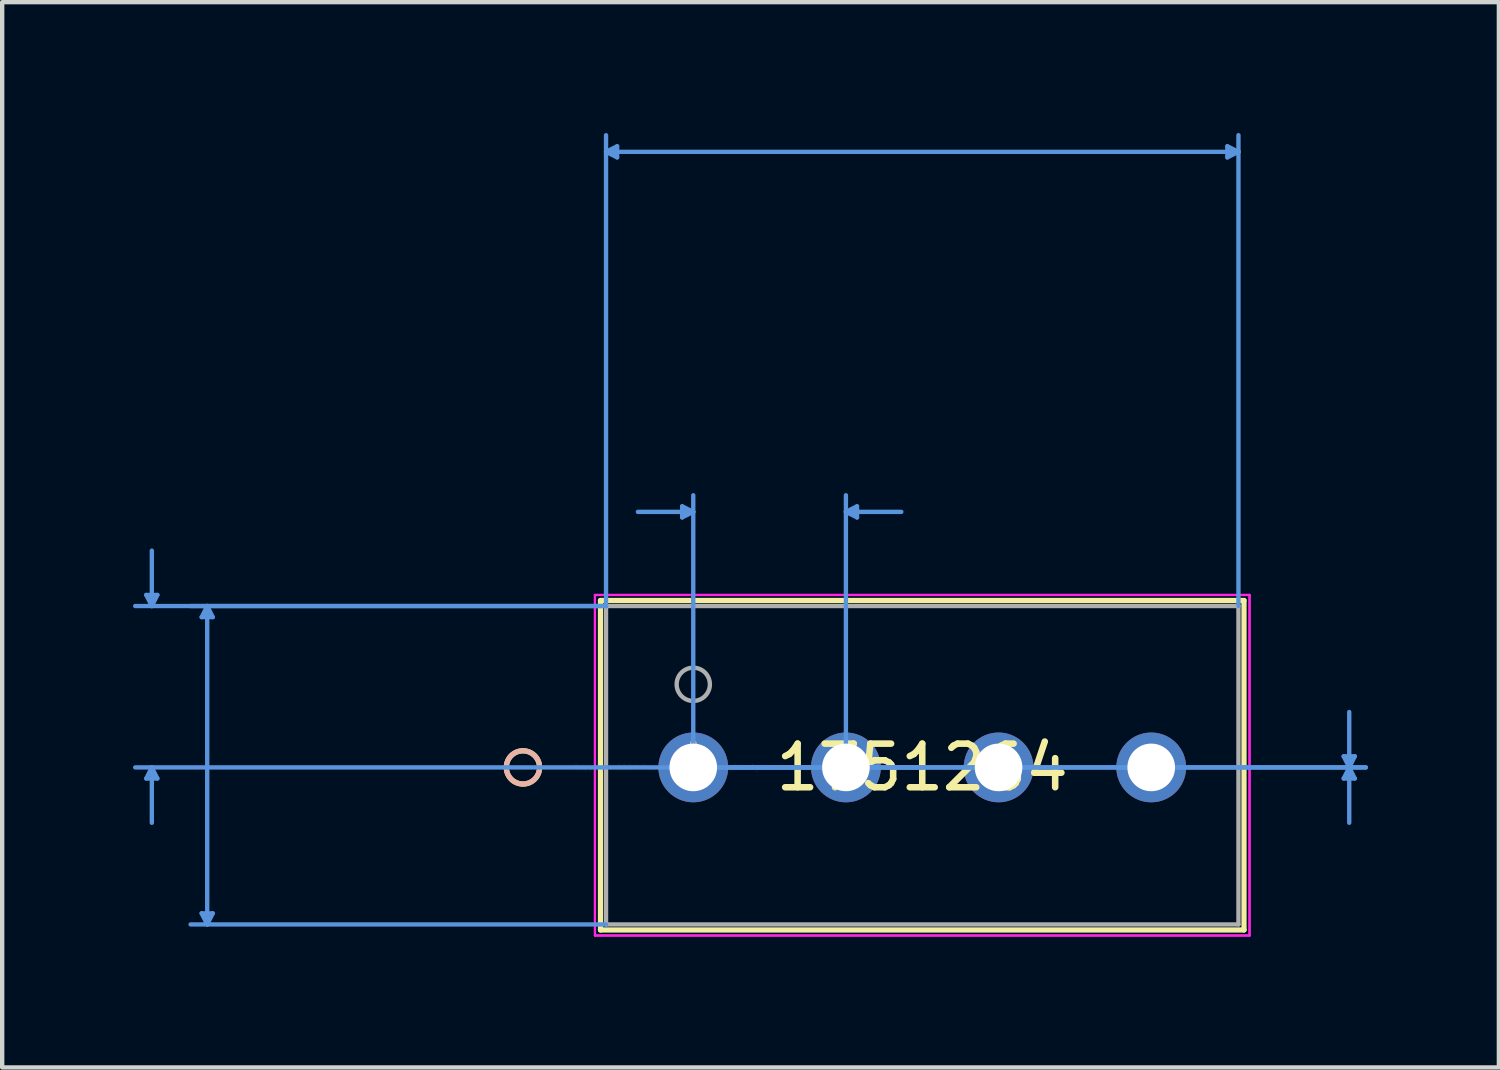
<source format=kicad_pcb>
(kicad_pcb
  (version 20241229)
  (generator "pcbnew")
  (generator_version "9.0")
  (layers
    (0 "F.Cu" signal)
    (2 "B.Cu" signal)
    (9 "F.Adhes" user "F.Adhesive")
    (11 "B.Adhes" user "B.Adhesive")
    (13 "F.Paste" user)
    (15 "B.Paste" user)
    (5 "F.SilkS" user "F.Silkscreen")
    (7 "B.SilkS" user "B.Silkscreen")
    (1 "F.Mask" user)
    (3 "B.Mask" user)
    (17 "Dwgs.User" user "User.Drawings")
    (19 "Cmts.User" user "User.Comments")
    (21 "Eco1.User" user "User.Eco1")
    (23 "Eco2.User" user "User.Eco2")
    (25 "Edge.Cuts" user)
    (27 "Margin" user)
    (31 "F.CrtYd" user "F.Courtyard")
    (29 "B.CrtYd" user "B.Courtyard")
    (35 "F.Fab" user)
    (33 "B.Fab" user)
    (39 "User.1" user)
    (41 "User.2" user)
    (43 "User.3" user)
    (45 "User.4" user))
  (footprint "1751264"
    (layer "F.Cu")
    (at 12.845 14.545)
    (property "Reference" "1751264" (at 5.25 0 0) (layer "F.SilkS") (effects (font (size 1 1) (thickness 0.15))))
    (attr through_hole)
    (fp_line (start -2.127 -3.827) (end -2.127 3.727) (stroke (width 0.12) (type solid)) (layer "F.SilkS"))
    (fp_line (start -2.127 3.727) (end 12.627 3.727) (stroke (width 0.12) (type solid)) (layer "F.SilkS"))
    (fp_line (start 12.627 -3.827) (end -2.127 -3.827) (stroke (width 0.12) (type solid)) (layer "F.SilkS"))
    (fp_line (start 12.627 3.727) (end 12.627 -3.827) (stroke (width 0.12) (type solid)) (layer "F.SilkS"))
    (fp_circle (center -3.905 0) (end -3.524 0) (stroke (width 0.12) (type solid)) (fill no) (layer "F.SilkS"))
    (fp_circle (center -3.905 0) (end -3.524 0) (stroke (width 0.12) (type solid)) (fill no) (layer "B.SilkS"))
    (fp_line (start -12.541 -3.954) (end -12.287 -3.954) (stroke (width 0.1) (type solid)) (layer "Cmts.User"))
    (fp_line (start -12.541 0.254) (end -12.287 0.254) (stroke (width 0.1) (type solid)) (layer "Cmts.User"))
    (fp_line (start -12.414 -3.7) (end -12.541 -3.954) (stroke (width 0.1) (type solid)) (layer "Cmts.User"))
    (fp_line (start -12.414 -3.7) (end -12.414 -4.97) (stroke (width 0.1) (type solid)) (layer "Cmts.User"))
    (fp_line (start -12.414 -3.7) (end -12.287 -3.954) (stroke (width 0.1) (type solid)) (layer "Cmts.User"))
    (fp_line (start -12.414 0) (end -12.541 0.254) (stroke (width 0.1) (type solid)) (layer "Cmts.User"))
    (fp_line (start -12.414 0) (end -12.414 1.27) (stroke (width 0.1) (type solid)) (layer "Cmts.User"))
    (fp_line (start -12.414 0) (end -12.287 0.254) (stroke (width 0.1) (type solid)) (layer "Cmts.User"))
    (fp_line (start -11.271 -3.446) (end -11.017 -3.446) (stroke (width 0.1) (type solid)) (layer "Cmts.User"))
    (fp_line (start -11.271 3.346) (end -11.017 3.346) (stroke (width 0.1) (type solid)) (layer "Cmts.User"))
    (fp_line (start -11.144 -3.7) (end -11.271 -3.446) (stroke (width 0.1) (type solid)) (layer "Cmts.User"))
    (fp_line (start -11.144 -3.7) (end -11.144 3.6) (stroke (width 0.1) (type solid)) (layer "Cmts.User"))
    (fp_line (start -11.144 -3.7) (end -11.017 -3.446) (stroke (width 0.1) (type solid)) (layer "Cmts.User"))
    (fp_line (start -11.144 3.6) (end -11.271 3.346) (stroke (width 0.1) (type solid)) (layer "Cmts.User"))
    (fp_line (start -11.144 3.6) (end -11.017 3.346) (stroke (width 0.1) (type solid)) (layer "Cmts.User"))
    (fp_line (start -2 -14.114) (end -1.746 -14.241) (stroke (width 0.1) (type solid)) (layer "Cmts.User"))
    (fp_line (start -2 -14.114) (end -1.746 -13.987) (stroke (width 0.1) (type solid)) (layer "Cmts.User"))
    (fp_line (start -2 -14.114) (end 12.5 -14.114) (stroke (width 0.1) (type solid)) (layer "Cmts.User"))
    (fp_line (start -2 -3.7) (end -12.795 -3.7) (stroke (width 0.1) (type solid)) (layer "Cmts.User"))
    (fp_line (start -2 -3.7) (end -11.525 -3.7) (stroke (width 0.1) (type solid)) (layer "Cmts.User"))
    (fp_line (start -2 -3.7) (end -2 -14.495) (stroke (width 0.1) (type solid)) (layer "Cmts.User"))
    (fp_line (start -2 3.6) (end -11.525 3.6) (stroke (width 0.1) (type solid)) (layer "Cmts.User"))
    (fp_line (start -1.746 -14.241) (end -1.746 -13.987) (stroke (width 0.1) (type solid)) (layer "Cmts.User"))
    (fp_line (start -0.254 -5.986) (end -0.254 -5.732) (stroke (width 0.1) (type solid)) (layer "Cmts.User"))
    (fp_line (start 0 -5.859) (end -1.27 -5.859) (stroke (width 0.1) (type solid)) (layer "Cmts.User"))
    (fp_line (start 0 -5.859) (end -0.254 -5.986) (stroke (width 0.1) (type solid)) (layer "Cmts.User"))
    (fp_line (start 0 -5.859) (end -0.254 -5.732) (stroke (width 0.1) (type solid)) (layer "Cmts.User"))
    (fp_line (start 0 0) (end 0 -6.24) (stroke (width 0.1) (type solid)) (layer "Cmts.User"))
    (fp_line (start 0 0) (end 15.421 0) (stroke (width 0.1) (type solid)) (layer "Cmts.User"))
    (fp_line (start 0 0) (end 15.421 0) (stroke (width 0.1) (type solid)) (layer "Cmts.User"))
    (fp_line (start 3.5 -5.859) (end 3.754 -5.986) (stroke (width 0.1) (type solid)) (layer "Cmts.User"))
    (fp_line (start 3.5 -5.859) (end 3.754 -5.732) (stroke (width 0.1) (type solid)) (layer "Cmts.User"))
    (fp_line (start 3.5 -5.859) (end 4.77 -5.859) (stroke (width 0.1) (type solid)) (layer "Cmts.User"))
    (fp_line (start 3.5 0) (end 3.5 -6.24) (stroke (width 0.1) (type solid)) (layer "Cmts.User"))
    (fp_line (start 3.754 -5.986) (end 3.754 -5.732) (stroke (width 0.1) (type solid)) (layer "Cmts.User"))
    (fp_line (start 5.25 0) (end -12.795 0) (stroke (width 0.1) (type solid)) (layer "Cmts.User"))
    (fp_line (start 12.246 -14.241) (end 12.246 -13.987) (stroke (width 0.1) (type solid)) (layer "Cmts.User"))
    (fp_line (start 12.5 -14.114) (end 12.246 -14.241) (stroke (width 0.1) (type solid)) (layer "Cmts.User"))
    (fp_line (start 12.5 -14.114) (end 12.246 -13.987) (stroke (width 0.1) (type solid)) (layer "Cmts.User"))
    (fp_line (start 12.5 -3.7) (end 12.5 -14.495) (stroke (width 0.1) (type solid)) (layer "Cmts.User"))
    (fp_line (start 14.913 -0.254) (end 15.167 -0.254) (stroke (width 0.1) (type solid)) (layer "Cmts.User"))
    (fp_line (start 14.913 0.254) (end 15.167 0.254) (stroke (width 0.1) (type solid)) (layer "Cmts.User"))
    (fp_line (start 15.04 0) (end 14.913 -0.254) (stroke (width 0.1) (type solid)) (layer "Cmts.User"))
    (fp_line (start 15.04 0) (end 14.913 0.254) (stroke (width 0.1) (type solid)) (layer "Cmts.User"))
    (fp_line (start 15.04 0) (end 15.04 -1.27) (stroke (width 0.1) (type solid)) (layer "Cmts.User"))
    (fp_line (start 15.04 0) (end 15.04 1.27) (stroke (width 0.1) (type solid)) (layer "Cmts.User"))
    (fp_line (start 15.04 0) (end 15.167 -0.254) (stroke (width 0.1) (type solid)) (layer "Cmts.User"))
    (fp_line (start 15.04 0) (end 15.167 0.254) (stroke (width 0.1) (type solid)) (layer "Cmts.User"))
    (fp_line (start -2.254 -3.954) (end -2.254 3.854) (stroke (width 0.05) (type solid)) (layer "F.CrtYd"))
    (fp_line (start -2.254 -3.954) (end -2.254 3.854) (stroke (width 0.05) (type solid)) (layer "F.CrtYd"))
    (fp_line (start -2.254 3.854) (end 12.754 3.854) (stroke (width 0.05) (type solid)) (layer "F.CrtYd"))
    (fp_line (start -2.254 3.854) (end 12.754 3.854) (stroke (width 0.05) (type solid)) (layer "F.CrtYd"))
    (fp_line (start 12.754 -3.954) (end -2.254 -3.954) (stroke (width 0.05) (type solid)) (layer "F.CrtYd"))
    (fp_line (start 12.754 -3.954) (end -2.254 -3.954) (stroke (width 0.05) (type solid)) (layer "F.CrtYd"))
    (fp_line (start 12.754 3.854) (end 12.754 -3.954) (stroke (width 0.05) (type solid)) (layer "F.CrtYd"))
    (fp_line (start 12.754 3.854) (end 12.754 -3.954) (stroke (width 0.05) (type solid)) (layer "F.CrtYd"))
    (fp_line (start -2 -3.7) (end -2 3.6) (stroke (width 0.1) (type solid)) (layer "F.Fab"))
    (fp_line (start -2 3.6) (end 12.5 3.6) (stroke (width 0.1) (type solid)) (layer "F.Fab"))
    (fp_line (start 12.5 -3.7) (end -2 -3.7) (stroke (width 0.1) (type solid)) (layer "F.Fab"))
    (fp_line (start 12.5 3.6) (end 12.5 -3.7) (stroke (width 0.1) (type solid)) (layer "F.Fab"))
    (fp_circle (center 0 -1.905) (end 0.381 -1.905) (stroke (width 0.1) (type solid)) (fill no) (layer "F.Fab"))
    (fp_text user "*" (at 0 0 0) (layer "F.SilkS") (effects (font (size 1 1) (thickness 0.15))))
    (fp_text user "Copyright 2021 Accelerated Designs. All rights reserved." (at 0 0 0) (layer "Cmts.User") (effects (font (size 0.127 0.127) (thickness 0.002))))
    (fp_text user "*" (at 0 0 0) (layer "F.Fab") (effects (font (size 1 1) (thickness 0.15))))
    (pad "1" thru_hole circle (at 0 0) (size 1.6 1.6) (drill 1.092) (layers "*.Cu" "*.Mask"))
    (pad "2" thru_hole circle (at 3.5 0) (size 1.6 1.6) (drill 1.092) (layers "*.Cu" "*.Mask"))
    (pad "3" thru_hole circle (at 7 0) (size 1.6 1.6) (drill 1.092) (layers "*.Cu" "*.Mask"))
    (pad "4" thru_hole circle (at 10.5 0) (size 1.6 1.6) (drill 1.092) (layers "*.Cu" "*.Mask")))
  (gr_rect
    (start -3 -3)
    (end 31.316 21.424)
    (stroke (width 0.1) (type default))
    (fill no)
    (layer "Edge.Cuts")))
</source>
